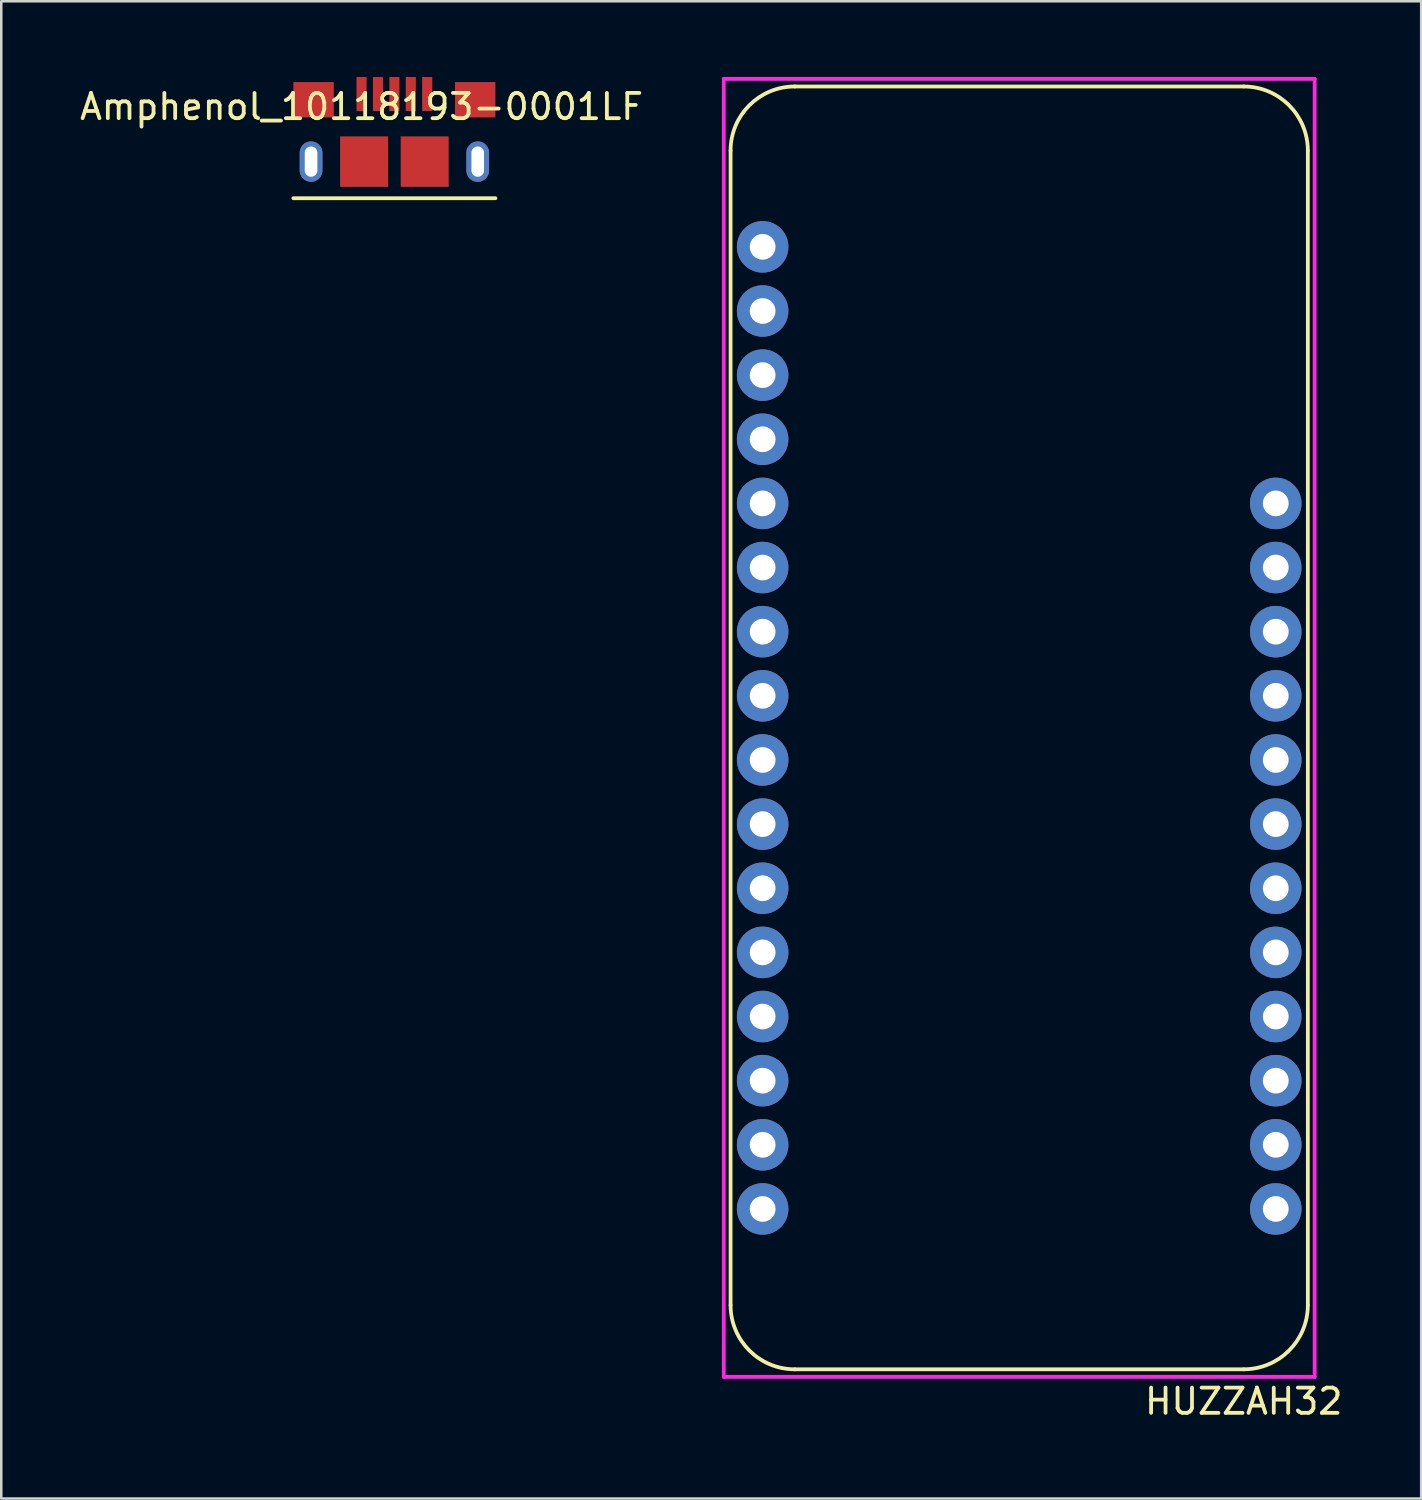
<source format=kicad_pcb>
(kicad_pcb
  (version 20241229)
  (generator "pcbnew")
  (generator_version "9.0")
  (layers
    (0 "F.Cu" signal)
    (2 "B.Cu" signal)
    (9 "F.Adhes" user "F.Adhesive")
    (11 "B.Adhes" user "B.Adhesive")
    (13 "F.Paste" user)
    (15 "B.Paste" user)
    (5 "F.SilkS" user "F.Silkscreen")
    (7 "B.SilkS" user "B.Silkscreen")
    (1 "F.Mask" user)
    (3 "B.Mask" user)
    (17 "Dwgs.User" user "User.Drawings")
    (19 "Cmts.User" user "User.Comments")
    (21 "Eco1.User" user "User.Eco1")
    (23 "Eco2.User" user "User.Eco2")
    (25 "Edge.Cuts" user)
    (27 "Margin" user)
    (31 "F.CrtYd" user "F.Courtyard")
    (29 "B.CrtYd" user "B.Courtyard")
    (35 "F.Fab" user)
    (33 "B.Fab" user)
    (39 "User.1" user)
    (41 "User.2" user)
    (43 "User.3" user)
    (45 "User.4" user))
  (footprint "HUZZAH32"
    (layer "F.Cu")
    (at 37.311 25.775)
    (property "Reference" "HUZZAH32" (at 8.89 26.67 0) (layer "F.SilkS") (effects (font (size 1 1) (thickness 0.15))))
    (attr through_hole)
    (fp_line (start -11.43 -22.86) (end -11.43 22.86) (stroke (width 0.15) (type solid)) (layer "F.SilkS"))
    (fp_line (start -8.89 25.4) (end 8.89 25.4) (stroke (width 0.15) (type solid)) (layer "F.SilkS"))
    (fp_line (start 8.89 -25.4) (end -8.89 -25.4) (stroke (width 0.15) (type solid)) (layer "F.SilkS"))
    (fp_line (start 11.43 -22.86) (end 11.43 22.86) (stroke (width 0.15) (type solid)) (layer "F.SilkS"))
    (fp_arc (start -11.43 -22.86) (mid -10.686051 -24.656051) (end -8.89 -25.4) (stroke (width 0.15) (type solid)) (layer "F.SilkS"))
    (fp_arc (start -8.89 25.4) (mid -10.686051 24.656051) (end -11.43 22.86) (stroke (width 0.15) (type solid)) (layer "F.SilkS"))
    (fp_arc (start 8.89 -25.4) (mid 10.686051 -24.656051) (end 11.43 -22.86) (stroke (width 0.15) (type solid)) (layer "F.SilkS"))
    (fp_arc (start 11.43 22.86) (mid 10.686051 24.656051) (end 8.89 25.4) (stroke (width 0.15) (type solid)) (layer "F.SilkS"))
    (fp_line (start -11.7 -25.7) (end 11.7 -25.7) (stroke (width 0.15) (type solid)) (layer "F.CrtYd"))
    (fp_line (start -11.7 25.7) (end -11.7 -25.7) (stroke (width 0.15) (type solid)) (layer "F.CrtYd"))
    (fp_line (start 11.7 -25.7) (end 11.7 25.7) (stroke (width 0.15) (type solid)) (layer "F.CrtYd"))
    (fp_line (start 11.7 25.7) (end -11.7 25.7) (stroke (width 0.15) (type solid)) (layer "F.CrtYd"))
    (pad "1" thru_hole circle (at 10.16 -8.89) (size 2.04 2.04) (drill 1.02) (layers "*.Cu" "*.Mask"))
    (pad "2" thru_hole circle (at 10.16 -6.35) (size 2.04 2.04) (drill 1.02) (layers "*.Cu" "*.Mask"))
    (pad "3" thru_hole circle (at 10.16 -3.81) (size 2.04 2.04) (drill 1.02) (layers "*.Cu" "*.Mask"))
    (pad "4" thru_hole circle (at 10.16 -1.27) (size 2.04 2.04) (drill 1.02) (layers "*.Cu" "*.Mask"))
    (pad "5" thru_hole circle (at 10.16 1.27) (size 2.04 2.04) (drill 1.02) (layers "*.Cu" "*.Mask"))
    (pad "6" thru_hole circle (at 10.16 3.81) (size 2.04 2.04) (drill 1.02) (layers "*.Cu" "*.Mask"))
    (pad "7" thru_hole circle (at 10.16 6.35) (size 2.04 2.04) (drill 1.02) (layers "*.Cu" "*.Mask"))
    (pad "8" thru_hole circle (at 10.16 8.89) (size 2.04 2.04) (drill 1.02) (layers "*.Cu" "*.Mask"))
    (pad "9" thru_hole circle (at 10.16 11.43) (size 2.04 2.04) (drill 1.02) (layers "*.Cu" "*.Mask"))
    (pad "10" thru_hole circle (at 10.16 13.97) (size 2.04 2.04) (drill 1.02) (layers "*.Cu" "*.Mask"))
    (pad "11" thru_hole circle (at 10.16 16.51) (size 2.04 2.04) (drill 1.02) (layers "*.Cu" "*.Mask"))
    (pad "12" thru_hole circle (at 10.16 19.05) (size 2.04 2.04) (drill 1.02) (layers "*.Cu" "*.Mask"))
    (pad "13" thru_hole circle (at -10.16 19.05) (size 2.04 2.04) (drill 1.02) (layers "*.Cu" "*.Mask"))
    (pad "14" thru_hole circle (at -10.16 16.51) (size 2.04 2.04) (drill 1.02) (layers "*.Cu" "*.Mask"))
    (pad "15" thru_hole circle (at -10.16 13.97) (size 2.04 2.04) (drill 1.02) (layers "*.Cu" "*.Mask"))
    (pad "16" thru_hole circle (at -10.16 11.43) (size 2.04 2.04) (drill 1.02) (layers "*.Cu" "*.Mask"))
    (pad "17" thru_hole circle (at -10.16 8.89) (size 2.04 2.04) (drill 1.02) (layers "*.Cu" "*.Mask"))
    (pad "18" thru_hole circle (at -10.16 6.35) (size 2.04 2.04) (drill 1.02) (layers "*.Cu" "*.Mask"))
    (pad "19" thru_hole circle (at -10.16 3.81) (size 2.04 2.04) (drill 1.02) (layers "*.Cu" "*.Mask"))
    (pad "20" thru_hole circle (at -10.16 1.27) (size 2.04 2.04) (drill 1.02) (layers "*.Cu" "*.Mask"))
    (pad "21" thru_hole circle (at -10.16 -1.27) (size 2.04 2.04) (drill 1.02) (layers "*.Cu" "*.Mask"))
    (pad "22" thru_hole circle (at -10.16 -3.81) (size 2.04 2.04) (drill 1.02) (layers "*.Cu" "*.Mask"))
    (pad "23" thru_hole circle (at -10.16 -6.35) (size 2.04 2.04) (drill 1.02) (layers "*.Cu" "*.Mask"))
    (pad "24" thru_hole circle (at -10.16 -8.89) (size 2.04 2.04) (drill 1.02) (layers "*.Cu" "*.Mask"))
    (pad "25" thru_hole circle (at -10.16 -11.43) (size 2.04 2.04) (drill 1.02) (layers "*.Cu" "*.Mask"))
    (pad "26" thru_hole circle (at -10.16 -13.97) (size 2.04 2.04) (drill 1.02) (layers "*.Cu" "*.Mask"))
    (pad "27" thru_hole circle (at -10.16 -16.51) (size 2.04 2.04) (drill 1.02) (layers "*.Cu" "*.Mask"))
    (pad "28" thru_hole circle (at -10.16 -19.05) (size 2.04 2.04) (drill 1.02) (layers "*.Cu" "*.Mask")))
  (footprint "Amphenol_10118193-0001LF"
    (layer "F.Cu")
    (at 11.268 0.675)
    (property "Reference" "Amphenol_10118193-0001LF" (at 0 0.5 0) (layer "F.SilkS") (effects (font (size 1 1) (thickness 0.15))))
    (attr through_hole)
    (fp_line (start -2.7 4.125) (end 5.3 4.125) (stroke (width 0.15) (type solid)) (layer "F.SilkS"))
    (pad "1" smd rect (at 0 0) (size 0.4 1.35) (layers "F.Cu" "F.Mask" "F.Paste"))
    (pad "2" smd rect (at 0.65 0) (size 0.4 1.35) (layers "F.Cu" "F.Mask" "F.Paste"))
    (pad "3" smd rect (at 1.3 0) (size 0.4 1.35) (layers "F.Cu" "F.Mask" "F.Paste"))
    (pad "4" smd rect (at 1.95 0) (size 0.4 1.35) (layers "F.Cu" "F.Mask" "F.Paste"))
    (pad "5" smd rect (at 2.6 0) (size 0.4 1.35) (layers "F.Cu" "F.Mask" "F.Paste"))
    (pad "6" thru_hole oval (at -2 2.675) (size 0.9 1.6) (drill oval 0.5 1.2) (layers "*.Cu" "*.Mask"))
    (pad "6" smd rect (at -1.9 0.225) (size 1.6 1.4) (layers "F.Cu" "F.Mask" "F.Paste"))
    (pad "6" smd rect (at 0.1 2.675) (size 1.9 2) (layers "F.Cu" "F.Mask" "F.Paste"))
    (pad "6" smd rect (at 2.5 2.675) (size 1.9 2) (layers "F.Cu" "F.Mask" "F.Paste"))
    (pad "6" smd rect (at 4.5 0.225) (size 1.6 1.4) (layers "F.Cu" "F.Mask" "F.Paste"))
    (pad "6" thru_hole oval (at 4.6 2.675) (size 0.9 1.6) (drill oval 0.5 1.2) (layers "*.Cu" "*.Mask")))
  (gr_rect
    (start -3 -3)
    (end 53.23 56.293)
    (stroke (width 0.1) (type default))
    (fill no)
    (layer "Edge.Cuts")))
</source>
